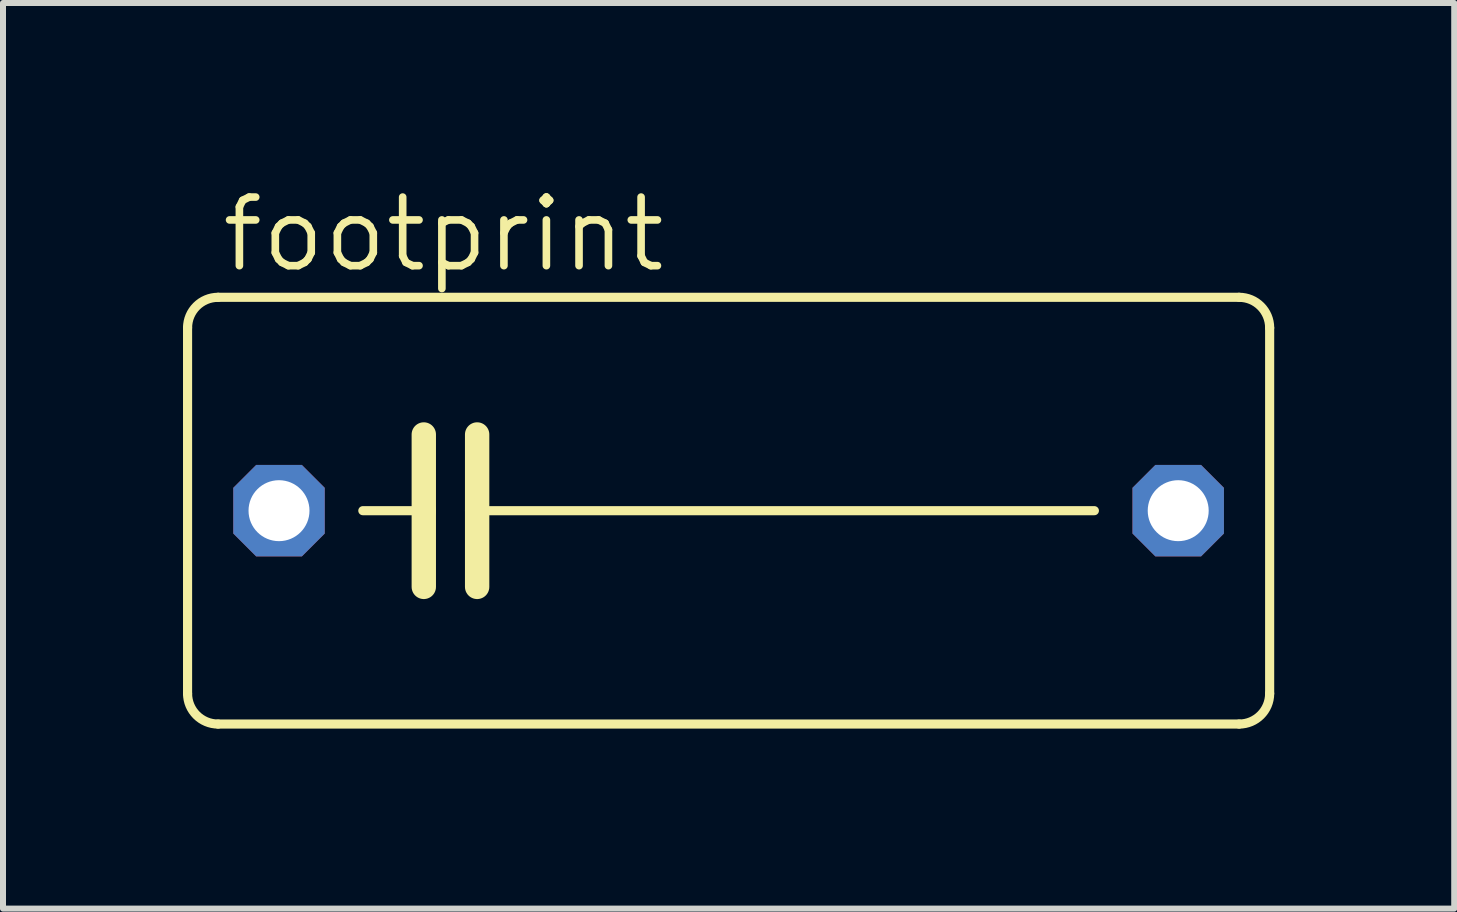
<source format=kicad_pcb>
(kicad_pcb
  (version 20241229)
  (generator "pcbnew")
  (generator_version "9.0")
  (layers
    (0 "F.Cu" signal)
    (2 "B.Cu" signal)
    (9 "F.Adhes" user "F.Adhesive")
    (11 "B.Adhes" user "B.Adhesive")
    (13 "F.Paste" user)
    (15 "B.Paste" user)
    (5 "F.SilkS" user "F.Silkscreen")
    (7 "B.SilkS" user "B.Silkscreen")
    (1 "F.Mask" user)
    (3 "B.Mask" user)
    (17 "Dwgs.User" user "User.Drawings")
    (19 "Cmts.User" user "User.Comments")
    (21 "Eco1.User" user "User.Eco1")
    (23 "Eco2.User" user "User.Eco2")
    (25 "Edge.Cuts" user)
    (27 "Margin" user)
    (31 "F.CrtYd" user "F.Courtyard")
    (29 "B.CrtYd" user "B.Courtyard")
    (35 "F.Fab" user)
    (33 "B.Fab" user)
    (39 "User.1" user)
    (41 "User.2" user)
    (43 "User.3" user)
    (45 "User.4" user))
  (footprint "footprint"
    (layer "F.Cu")
    (at 9.093 5.461)
    (property "Reference" "footprint" (at -8.509 -3.937 0) (layer "F.SilkS") (effects (font (size 1.143 1.143) (thickness 0.127)) (justify left bottom)))
    (fp_line (start -9.017 3.048) (end -9.017 -3.048) (stroke (width 0.152) (type solid)) (layer "F.SilkS"))
    (fp_line (start -8.509 -3.556) (end 8.509 -3.556) (stroke (width 0.152) (type solid)) (layer "F.SilkS"))
    (fp_line (start -5.08 -1.27) (end -5.08 0) (stroke (width 0.406) (type solid)) (layer "F.SilkS"))
    (fp_line (start -5.08 0) (end -6.096 0) (stroke (width 0.152) (type solid)) (layer "F.SilkS"))
    (fp_line (start -5.08 0) (end -5.08 1.27) (stroke (width 0.406) (type solid)) (layer "F.SilkS"))
    (fp_line (start -4.191 -1.27) (end -4.191 0) (stroke (width 0.406) (type solid)) (layer "F.SilkS"))
    (fp_line (start -4.191 0) (end -4.191 1.27) (stroke (width 0.406) (type solid)) (layer "F.SilkS"))
    (fp_line (start -4.191 0) (end 6.096 0) (stroke (width 0.152) (type solid)) (layer "F.SilkS"))
    (fp_line (start 8.509 3.556) (end -8.509 3.556) (stroke (width 0.152) (type solid)) (layer "F.SilkS"))
    (fp_line (start 9.017 -3.048) (end 9.017 3.048) (stroke (width 0.152) (type solid)) (layer "F.SilkS"))
    (fp_arc (start -9.017 -3.048) (mid -8.86821 -3.40721) (end -8.509 -3.556) (stroke (width 0.1524) (type solid)) (layer "F.SilkS"))
    (fp_arc (start -8.509 3.556) (mid -8.86821 3.40721) (end -9.017 3.048) (stroke (width 0.1524) (type solid)) (layer "F.SilkS"))
    (fp_arc (start 8.509 -3.556) (mid 8.86821 -3.40721) (end 9.017 -3.048) (stroke (width 0.1524) (type solid)) (layer "F.SilkS"))
    (fp_arc (start 9.017 3.048) (mid 8.86821 3.40721) (end 8.509 3.556) (stroke (width 0.1524) (type solid)) (layer "F.SilkS"))
    (pad "1" thru_hole roundrect (at -7.493 0) (size 1.524 1.524) (drill 1.016) (layers "*.Cu" "*.Mask") (roundrect_rratio 0.25) (chamfer_ratio 0.25) (chamfer top_left top_right bottom_left bottom_right))
    (pad "2" thru_hole roundrect (at 7.493 0) (size 1.524 1.524) (drill 1.016) (layers "*.Cu" "*.Mask") (roundrect_rratio 0.25) (chamfer_ratio 0.25) (chamfer top_left top_right bottom_left bottom_right)))
  (gr_rect
    (start -3 -3)
    (end 21.186 12.093)
    (stroke (width 0.1) (type default))
    (fill no)
    (layer "Edge.Cuts")))
</source>
